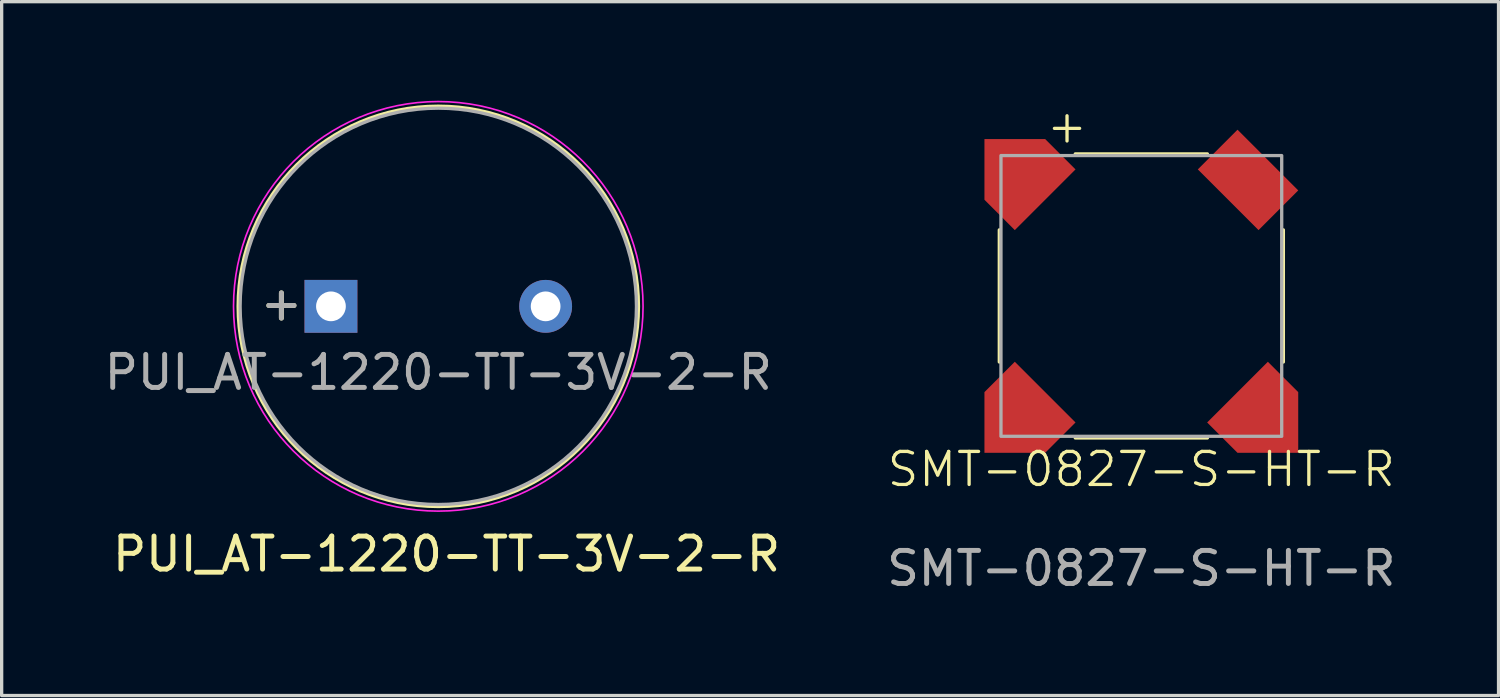
<source format=kicad_pcb>
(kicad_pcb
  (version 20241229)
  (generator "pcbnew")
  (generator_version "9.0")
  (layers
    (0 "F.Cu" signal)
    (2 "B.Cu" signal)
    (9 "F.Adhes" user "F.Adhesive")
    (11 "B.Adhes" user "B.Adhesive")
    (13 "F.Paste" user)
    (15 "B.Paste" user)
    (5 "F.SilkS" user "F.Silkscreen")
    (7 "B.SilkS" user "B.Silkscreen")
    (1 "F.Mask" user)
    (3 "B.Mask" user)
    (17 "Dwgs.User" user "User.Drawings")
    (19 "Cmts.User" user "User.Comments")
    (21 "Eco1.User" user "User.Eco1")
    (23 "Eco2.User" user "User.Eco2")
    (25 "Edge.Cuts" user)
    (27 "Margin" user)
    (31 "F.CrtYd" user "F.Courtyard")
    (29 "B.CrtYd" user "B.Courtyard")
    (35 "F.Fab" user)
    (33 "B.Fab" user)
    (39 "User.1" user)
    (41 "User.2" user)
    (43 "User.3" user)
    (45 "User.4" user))
  (footprint "SMT-0827-S-HT-R"
    (layer "F.Cu")
    (at 31.506 5.91)
    (property "Reference" "SMT-0827-S-HT-R" (at 0 5.25 0) (unlocked yes) (layer "F.SilkS") (effects (font (size 1 1) (thickness 0.1))))
    (attr smd)
    (fp_line (start -4.3 2) (end -4.3 -2) (stroke (width 0.1) (type default)) (layer "F.SilkS"))
    (fp_line (start -2 -4.3) (end 2 -4.3) (stroke (width 0.1) (type default)) (layer "F.SilkS"))
    (fp_line (start -2 4.3) (end 2 4.3) (stroke (width 0.1) (type default)) (layer "F.SilkS"))
    (fp_line (start 4.3 2) (end 4.3 -2) (stroke (width 0.1) (type default)) (layer "F.SilkS"))
    (fp_rect (start -4.25 -4.25) (end 4.25 4.25) (stroke (width 0.1) (type default)) (fill no) (layer "F.Fab"))
    (fp_text user "+" (at -2.25 -5.15 0) (unlocked yes) (layer "F.SilkS") (effects (font (size 1 1) (thickness 0.1))))
    (fp_text user "${REFERENCE}" (at 0 8.25 0) (unlocked yes) (layer "F.Fab") (effects (font (size 1 1) (thickness 0.15))))
    (pad "" smd rect (at 3.23 -3.513 225) (size 1.7 2.6) (layers "F.Cu" "F.Mask" "F.Paste"))
    (pad "" smd roundrect (at 3.831 3.831 225) (size 2.6 2.6) (layers "F.Cu" "F.Mask" "F.Paste") (roundrect_rratio 0) (chamfer_ratio 0.5) (chamfer top_left top_right))
    (pad "1" smd roundrect (at -3.831 -3.831 45) (size 2.6 2.6) (layers "F.Cu" "F.Mask" "F.Paste") (roundrect_rratio 0) (chamfer_ratio 0.5) (chamfer top_left top_right))
    (pad "2" smd roundrect (at -3.831 3.831 135) (size 2.6 2.6) (layers "F.Cu" "F.Mask" "F.Paste") (roundrect_rratio 0) (chamfer_ratio 0.5) (chamfer top_left top_right)))
  (footprint "PUI_AT-1220-TT-3V-2-R"
    (layer "F.Cu")
    (at 6.97 6.225)
    (property "Reference" "PUI_AT-1220-TT-3V-2-R" (at 3.5 7.5 0) (layer "F.SilkS") (effects (font (size 1 1) (thickness 0.15))))
    (attr through_hole)
    (fp_circle (center 3.25 0) (end 9.3 0) (stroke (width 0.12) (type solid)) (fill no) (layer "F.SilkS"))
    (fp_circle (center 3.25 0) (end 9.45 0) (stroke (width 0.05) (type solid)) (fill no) (layer "F.CrtYd"))
    (fp_circle (center 3.25 0) (end 9.25 0) (stroke (width 0.1) (type solid)) (fill no) (layer "F.Fab"))
    (fp_text user "+" (at -1.5 -0.1 0) (layer "F.SilkS") (effects (font (size 1 1) (thickness 0.15))))
    (fp_text user "${REFERENCE}" (at 3.25 2 0) (layer "F.Fab") (effects (font (size 1 1) (thickness 0.15))))
    (fp_text user "+" (at -1.5 -0.1 0) (layer "F.Fab") (effects (font (size 1 1) (thickness 0.15))))
    (pad "1" thru_hole rect (at 0 0) (size 1.6 1.6) (drill 0.9) (layers "*.Cu" "*.Mask"))
    (pad "2" thru_hole circle (at 6.5 0) (size 1.6 1.6) (drill 0.9) (layers "*.Cu" "*.Mask")))
  (gr_rect
    (start -3 -3)
    (end 42.321 18.009)
    (stroke (width 0.1) (type default))
    (fill no)
    (layer "Edge.Cuts")))
</source>
